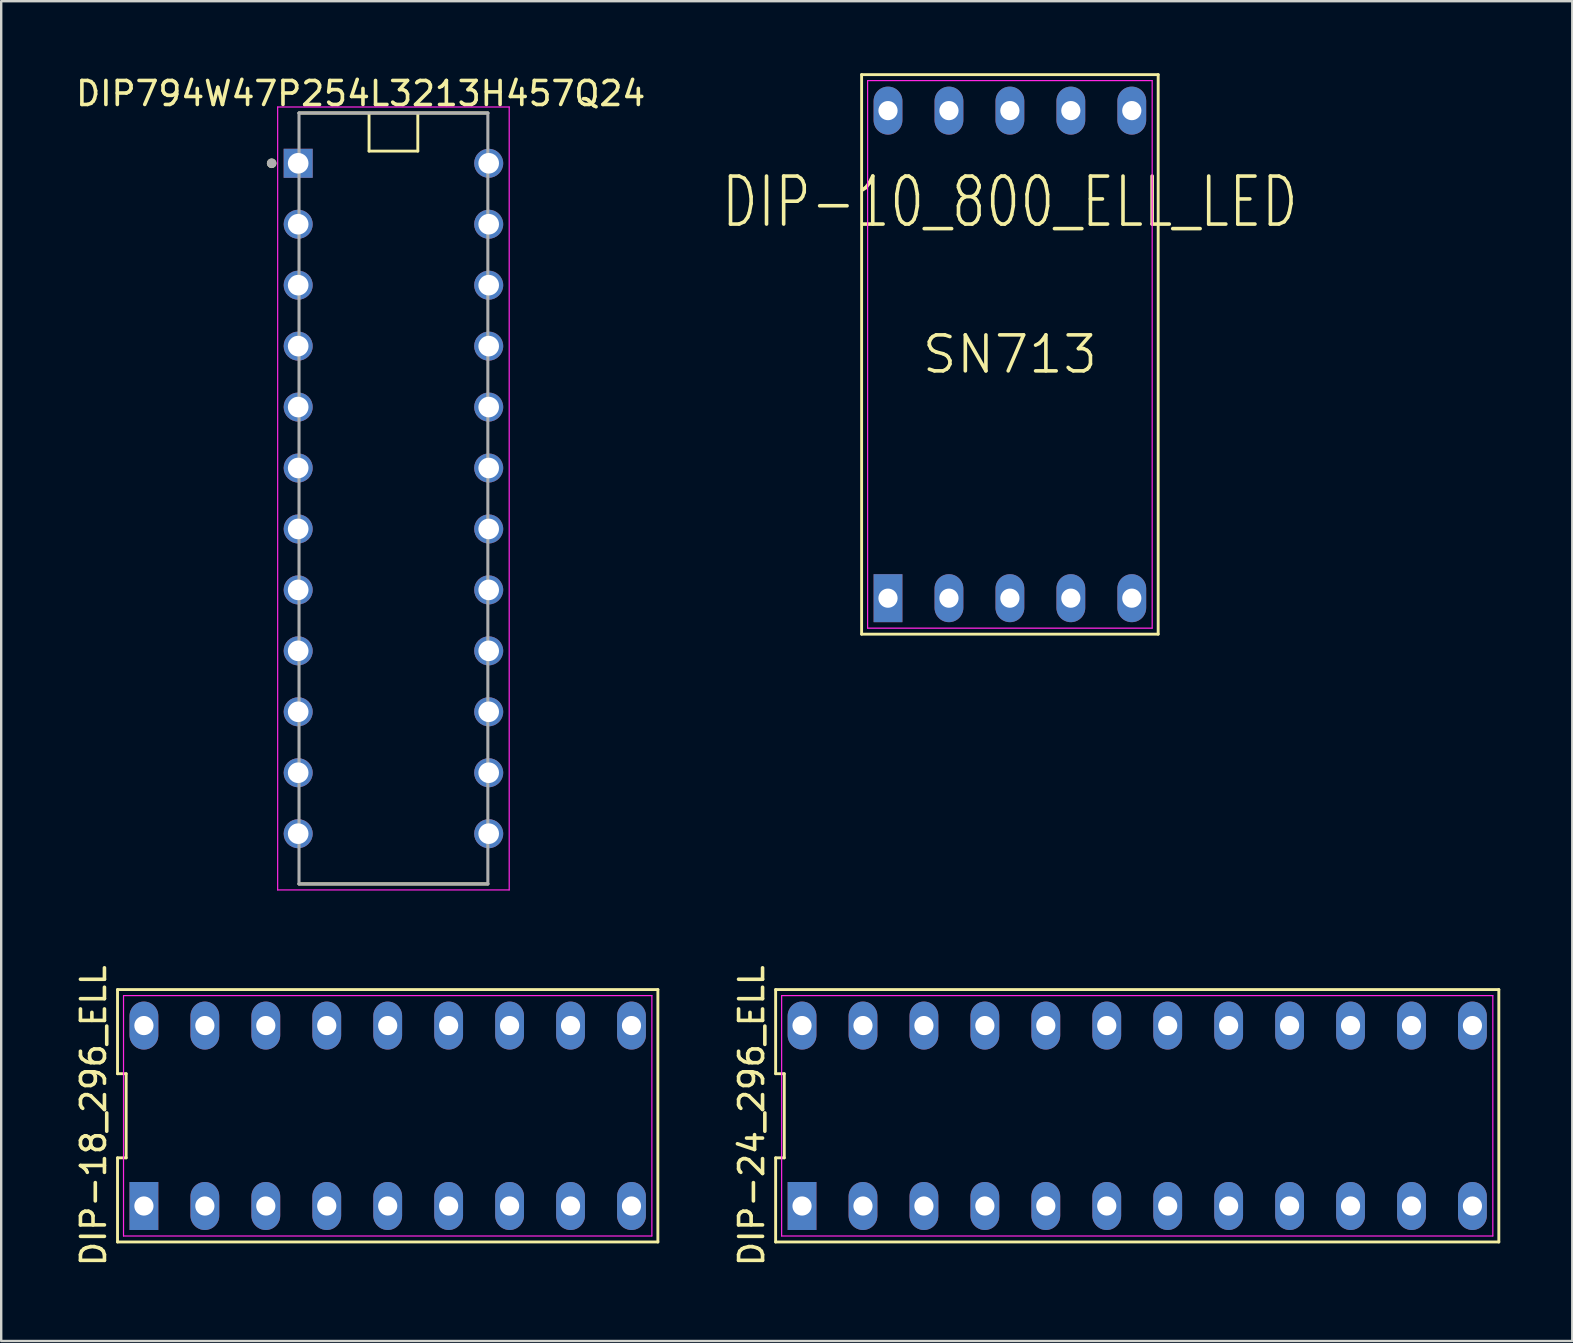
<source format=kicad_pcb>
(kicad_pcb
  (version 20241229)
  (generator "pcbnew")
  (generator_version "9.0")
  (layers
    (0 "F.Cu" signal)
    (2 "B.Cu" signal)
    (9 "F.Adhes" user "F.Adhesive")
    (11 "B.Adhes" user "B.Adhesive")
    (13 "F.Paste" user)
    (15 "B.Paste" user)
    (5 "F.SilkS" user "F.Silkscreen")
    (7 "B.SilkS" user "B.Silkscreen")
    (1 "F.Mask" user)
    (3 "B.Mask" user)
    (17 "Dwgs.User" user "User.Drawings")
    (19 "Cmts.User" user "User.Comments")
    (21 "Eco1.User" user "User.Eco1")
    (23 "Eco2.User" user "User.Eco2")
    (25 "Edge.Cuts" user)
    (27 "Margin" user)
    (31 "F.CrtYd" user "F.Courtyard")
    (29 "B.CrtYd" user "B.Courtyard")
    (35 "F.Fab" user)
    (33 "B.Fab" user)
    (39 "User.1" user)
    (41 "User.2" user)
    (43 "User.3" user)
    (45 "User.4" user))
  (footprint "DIP-18_296_ELL"
    (layer "F.Cu")
    (at 13.108 43.452)
    (property "Reference" "DIP-18_296_ELL" (at -12.26 0 90) (layer "F.SilkS") (effects (font (size 1 1) (thickness 0.15))))
    (attr through_hole)
    (fp_line (start -11.26 -5.26) (end -11.26 -1.753) (stroke (width 0.12) (type solid)) (layer "F.SilkS"))
    (fp_line (start -11.26 -1.753) (end -10.9 -1.753) (stroke (width 0.12) (type solid)) (layer "F.SilkS"))
    (fp_line (start -11.26 1.753) (end -11.26 5.26) (stroke (width 0.12) (type solid)) (layer "F.SilkS"))
    (fp_line (start -11.26 5.26) (end 11.26 5.26) (stroke (width 0.12) (type solid)) (layer "F.SilkS"))
    (fp_line (start -10.9 -1.753) (end -10.9 1.753) (stroke (width 0.12) (type solid)) (layer "F.SilkS"))
    (fp_line (start -10.9 1.753) (end -11.26 1.753) (stroke (width 0.12) (type solid)) (layer "F.SilkS"))
    (fp_line (start 11.26 -5.26) (end -11.26 -5.26) (stroke (width 0.12) (type solid)) (layer "F.SilkS"))
    (fp_line (start 11.26 5.26) (end 11.26 -5.26) (stroke (width 0.12) (type solid)) (layer "F.SilkS"))
    (fp_line (start -11.01 -5.01) (end 11.01 -5.01) (stroke (width 0.05) (type solid)) (layer "F.CrtYd"))
    (fp_line (start -11.01 5.01) (end -11.01 -5.01) (stroke (width 0.05) (type solid)) (layer "F.CrtYd"))
    (fp_line (start 11.01 -5.01) (end 11.01 5.01) (stroke (width 0.05) (type solid)) (layer "F.CrtYd"))
    (fp_line (start 11.01 5.01) (end -11.01 5.01) (stroke (width 0.05) (type solid)) (layer "F.CrtYd"))
    (pad "1" thru_hole rect (at -10.16 3.76) (size 1.2 2) (drill 0.8) (layers "*.Cu" "*.Mask"))
    (pad "2" thru_hole oval (at -7.62 3.76) (size 1.2 2) (drill 0.8) (layers "*.Cu" "*.Mask"))
    (pad "3" thru_hole oval (at -5.08 3.76) (size 1.2 2) (drill 0.8) (layers "*.Cu" "*.Mask"))
    (pad "4" thru_hole oval (at -2.54 3.76) (size 1.2 2) (drill 0.8) (layers "*.Cu" "*.Mask"))
    (pad "5" thru_hole oval (at 0 3.76) (size 1.2 2) (drill 0.8) (layers "*.Cu" "*.Mask"))
    (pad "6" thru_hole oval (at 2.54 3.76) (size 1.2 2) (drill 0.8) (layers "*.Cu" "*.Mask"))
    (pad "7" thru_hole oval (at 5.08 3.76) (size 1.2 2) (drill 0.8) (layers "*.Cu" "*.Mask"))
    (pad "8" thru_hole oval (at 7.62 3.76) (size 1.2 2) (drill 0.8) (layers "*.Cu" "*.Mask"))
    (pad "9" thru_hole oval (at 10.16 3.76) (size 1.2 2) (drill 0.8) (layers "*.Cu" "*.Mask"))
    (pad "10" thru_hole oval (at 10.16 -3.76) (size 1.2 2) (drill 0.8) (layers "*.Cu" "*.Mask"))
    (pad "11" thru_hole oval (at 7.62 -3.76) (size 1.2 2) (drill 0.8) (layers "*.Cu" "*.Mask"))
    (pad "12" thru_hole oval (at 5.08 -3.76) (size 1.2 2) (drill 0.8) (layers "*.Cu" "*.Mask"))
    (pad "13" thru_hole oval (at 2.54 -3.76) (size 1.2 2) (drill 0.8) (layers "*.Cu" "*.Mask"))
    (pad "14" thru_hole oval (at 0 -3.76) (size 1.2 2) (drill 0.8) (layers "*.Cu" "*.Mask"))
    (pad "15" thru_hole oval (at -2.54 -3.76) (size 1.2 2) (drill 0.8) (layers "*.Cu" "*.Mask"))
    (pad "16" thru_hole oval (at -5.08 -3.76) (size 1.2 2) (drill 0.8) (layers "*.Cu" "*.Mask"))
    (pad "17" thru_hole oval (at -7.62 -3.76) (size 1.2 2) (drill 0.8) (layers "*.Cu" "*.Mask"))
    (pad "18" thru_hole oval (at -10.16 -3.76) (size 1.2 2) (drill 0.8) (layers "*.Cu" "*.Mask")))
  (footprint "DIP-24_296_ELL"
    (layer "F.Cu")
    (at 44.346 43.452)
    (property "Reference" "DIP-24_296_ELL" (at -16.07 0 90) (layer "F.SilkS") (effects (font (size 1 1) (thickness 0.15))))
    (attr through_hole)
    (fp_line (start -15.07 -5.26) (end -15.07 -1.753) (stroke (width 0.12) (type solid)) (layer "F.SilkS"))
    (fp_line (start -15.07 -1.753) (end -14.71 -1.753) (stroke (width 0.12) (type solid)) (layer "F.SilkS"))
    (fp_line (start -15.07 1.753) (end -15.07 5.26) (stroke (width 0.12) (type solid)) (layer "F.SilkS"))
    (fp_line (start -15.07 5.26) (end 15.07 5.26) (stroke (width 0.12) (type solid)) (layer "F.SilkS"))
    (fp_line (start -14.71 -1.753) (end -14.71 1.753) (stroke (width 0.12) (type solid)) (layer "F.SilkS"))
    (fp_line (start -14.71 1.753) (end -15.07 1.753) (stroke (width 0.12) (type solid)) (layer "F.SilkS"))
    (fp_line (start 15.07 -5.26) (end -15.07 -5.26) (stroke (width 0.12) (type solid)) (layer "F.SilkS"))
    (fp_line (start 15.07 5.26) (end 15.07 -5.26) (stroke (width 0.12) (type solid)) (layer "F.SilkS"))
    (fp_line (start -14.82 -5.01) (end 14.82 -5.01) (stroke (width 0.05) (type solid)) (layer "F.CrtYd"))
    (fp_line (start -14.82 5.01) (end -14.82 -5.01) (stroke (width 0.05) (type solid)) (layer "F.CrtYd"))
    (fp_line (start 14.82 -5.01) (end 14.82 5.01) (stroke (width 0.05) (type solid)) (layer "F.CrtYd"))
    (fp_line (start 14.82 5.01) (end -14.82 5.01) (stroke (width 0.05) (type solid)) (layer "F.CrtYd"))
    (pad "1" thru_hole rect (at -13.97 3.76) (size 1.2 2) (drill 0.8) (layers "*.Cu" "*.Mask"))
    (pad "2" thru_hole oval (at -11.43 3.76) (size 1.2 2) (drill 0.8) (layers "*.Cu" "*.Mask"))
    (pad "3" thru_hole oval (at -8.89 3.76) (size 1.2 2) (drill 0.8) (layers "*.Cu" "*.Mask"))
    (pad "4" thru_hole oval (at -6.35 3.76) (size 1.2 2) (drill 0.8) (layers "*.Cu" "*.Mask"))
    (pad "5" thru_hole oval (at -3.81 3.76) (size 1.2 2) (drill 0.8) (layers "*.Cu" "*.Mask"))
    (pad "6" thru_hole oval (at -1.27 3.76) (size 1.2 2) (drill 0.8) (layers "*.Cu" "*.Mask"))
    (pad "7" thru_hole oval (at 1.27 3.76) (size 1.2 2) (drill 0.8) (layers "*.Cu" "*.Mask"))
    (pad "8" thru_hole oval (at 3.81 3.76) (size 1.2 2) (drill 0.8) (layers "*.Cu" "*.Mask"))
    (pad "9" thru_hole oval (at 6.35 3.76) (size 1.2 2) (drill 0.8) (layers "*.Cu" "*.Mask"))
    (pad "10" thru_hole oval (at 8.89 3.76) (size 1.2 2) (drill 0.8) (layers "*.Cu" "*.Mask"))
    (pad "11" thru_hole oval (at 11.43 3.76) (size 1.2 2) (drill 0.8) (layers "*.Cu" "*.Mask"))
    (pad "12" thru_hole oval (at 13.97 3.76) (size 1.2 2) (drill 0.8) (layers "*.Cu" "*.Mask"))
    (pad "13" thru_hole oval (at 13.97 -3.76) (size 1.2 2) (drill 0.8) (layers "*.Cu" "*.Mask"))
    (pad "14" thru_hole oval (at 11.43 -3.76) (size 1.2 2) (drill 0.8) (layers "*.Cu" "*.Mask"))
    (pad "15" thru_hole oval (at 8.89 -3.76) (size 1.2 2) (drill 0.8) (layers "*.Cu" "*.Mask"))
    (pad "16" thru_hole oval (at 6.35 -3.76) (size 1.2 2) (drill 0.8) (layers "*.Cu" "*.Mask"))
    (pad "17" thru_hole oval (at 3.81 -3.76) (size 1.2 2) (drill 0.8) (layers "*.Cu" "*.Mask"))
    (pad "18" thru_hole oval (at 1.27 -3.76) (size 1.2 2) (drill 0.8) (layers "*.Cu" "*.Mask"))
    (pad "19" thru_hole oval (at -1.27 -3.76) (size 1.2 2) (drill 0.8) (layers "*.Cu" "*.Mask"))
    (pad "20" thru_hole oval (at -3.81 -3.76) (size 1.2 2) (drill 0.8) (layers "*.Cu" "*.Mask"))
    (pad "21" thru_hole oval (at -6.35 -3.76) (size 1.2 2) (drill 0.8) (layers "*.Cu" "*.Mask"))
    (pad "22" thru_hole oval (at -8.89 -3.76) (size 1.2 2) (drill 0.8) (layers "*.Cu" "*.Mask"))
    (pad "23" thru_hole oval (at -11.43 -3.76) (size 1.2 2) (drill 0.8) (layers "*.Cu" "*.Mask"))
    (pad "24" thru_hole oval (at -13.97 -3.76) (size 1.2 2) (drill 0.8) (layers "*.Cu" "*.Mask")))
  (footprint "DIP794W47P254L3213H457Q24"
    (layer "F.Cu")
    (at 13.347 17.725)
    (property "Reference" "DIP794W47P254L3213H457Q24" (at -1.365 -16.877 0) (layer "F.SilkS") (effects (font (size 1 1) (thickness 0.15))))
    (attr through_hole)
    (fp_line (start -3.935 -16.065) (end 3.935 -16.065) (stroke (width 0.127) (type solid)) (layer "F.SilkS"))
    (fp_line (start -3.935 16.065) (end 3.935 16.065) (stroke (width 0.127) (type solid)) (layer "F.SilkS"))
    (fp_line (start -1.016 -16.002) (end -1.016 -14.478) (stroke (width 0.12) (type solid)) (layer "F.SilkS"))
    (fp_line (start -1.016 -14.478) (end 1.016 -14.478) (stroke (width 0.12) (type solid)) (layer "F.SilkS"))
    (fp_line (start 1.016 -14.478) (end 1.016 -16.002) (stroke (width 0.12) (type solid)) (layer "F.SilkS"))
    (fp_circle (center -5.075 -13.97) (end -4.975 -13.97) (stroke (width 0.2) (type solid)) (fill no) (layer "F.SilkS"))
    (fp_line (start -4.825 -16.315) (end -4.825 16.315) (stroke (width 0.05) (type solid)) (layer "F.CrtYd"))
    (fp_line (start 4.825 -16.315) (end -4.825 -16.315) (stroke (width 0.05) (type solid)) (layer "F.CrtYd"))
    (fp_line (start 4.825 -16.315) (end 4.825 16.315) (stroke (width 0.05) (type solid)) (layer "F.CrtYd"))
    (fp_line (start 4.825 16.315) (end -4.825 16.315) (stroke (width 0.05) (type solid)) (layer "F.CrtYd"))
    (fp_line (start -3.935 -16.065) (end -3.935 16.065) (stroke (width 0.127) (type solid)) (layer "F.Fab"))
    (fp_line (start -3.935 -16.065) (end 3.935 -16.065) (stroke (width 0.127) (type solid)) (layer "F.Fab"))
    (fp_line (start -3.935 16.065) (end 3.935 16.065) (stroke (width 0.127) (type solid)) (layer "F.Fab"))
    (fp_line (start 3.935 -16.065) (end 3.935 16.065) (stroke (width 0.127) (type solid)) (layer "F.Fab"))
    (fp_circle (center -5.075 -13.97) (end -4.975 -13.97) (stroke (width 0.2) (type solid)) (fill no) (layer "F.Fab"))
    (pad "1" thru_hole rect (at -3.97 -13.97) (size 1.21 1.21) (drill 0.86) (layers "*.Cu" "*.Mask"))
    (pad "2" thru_hole circle (at -3.97 -11.43) (size 1.21 1.21) (drill 0.86) (layers "*.Cu" "*.Mask"))
    (pad "3" thru_hole circle (at -3.97 -8.89) (size 1.21 1.21) (drill 0.86) (layers "*.Cu" "*.Mask"))
    (pad "4" thru_hole circle (at -3.97 -6.35) (size 1.21 1.21) (drill 0.86) (layers "*.Cu" "*.Mask"))
    (pad "5" thru_hole circle (at -3.97 -3.81) (size 1.21 1.21) (drill 0.86) (layers "*.Cu" "*.Mask"))
    (pad "6" thru_hole circle (at -3.97 -1.27) (size 1.21 1.21) (drill 0.86) (layers "*.Cu" "*.Mask"))
    (pad "7" thru_hole circle (at -3.97 1.27) (size 1.21 1.21) (drill 0.86) (layers "*.Cu" "*.Mask"))
    (pad "8" thru_hole circle (at -3.97 3.81) (size 1.21 1.21) (drill 0.86) (layers "*.Cu" "*.Mask"))
    (pad "9" thru_hole circle (at -3.97 6.35) (size 1.21 1.21) (drill 0.86) (layers "*.Cu" "*.Mask"))
    (pad "10" thru_hole circle (at -3.97 8.89) (size 1.21 1.21) (drill 0.86) (layers "*.Cu" "*.Mask"))
    (pad "11" thru_hole circle (at -3.97 11.43) (size 1.21 1.21) (drill 0.86) (layers "*.Cu" "*.Mask"))
    (pad "12" thru_hole circle (at -3.97 13.97) (size 1.21 1.21) (drill 0.86) (layers "*.Cu" "*.Mask"))
    (pad "13" thru_hole circle (at 3.97 13.97) (size 1.21 1.21) (drill 0.86) (layers "*.Cu" "*.Mask"))
    (pad "14" thru_hole circle (at 3.97 11.43) (size 1.21 1.21) (drill 0.86) (layers "*.Cu" "*.Mask"))
    (pad "15" thru_hole circle (at 3.97 8.89) (size 1.21 1.21) (drill 0.86) (layers "*.Cu" "*.Mask"))
    (pad "16" thru_hole circle (at 3.97 6.35) (size 1.21 1.21) (drill 0.86) (layers "*.Cu" "*.Mask"))
    (pad "17" thru_hole circle (at 3.97 3.81) (size 1.21 1.21) (drill 0.86) (layers "*.Cu" "*.Mask"))
    (pad "18" thru_hole circle (at 3.97 1.27) (size 1.21 1.21) (drill 0.86) (layers "*.Cu" "*.Mask"))
    (pad "19" thru_hole circle (at 3.97 -1.27) (size 1.21 1.21) (drill 0.86) (layers "*.Cu" "*.Mask"))
    (pad "20" thru_hole circle (at 3.97 -3.81) (size 1.21 1.21) (drill 0.86) (layers "*.Cu" "*.Mask"))
    (pad "21" thru_hole circle (at 3.97 -6.35) (size 1.21 1.21) (drill 0.86) (layers "*.Cu" "*.Mask"))
    (pad "22" thru_hole circle (at 3.97 -8.89) (size 1.21 1.21) (drill 0.86) (layers "*.Cu" "*.Mask"))
    (pad "23" thru_hole circle (at 3.97 -11.43) (size 1.21 1.21) (drill 0.86) (layers "*.Cu" "*.Mask"))
    (pad "24" thru_hole circle (at 3.97 -13.97) (size 1.21 1.21) (drill 0.86) (layers "*.Cu" "*.Mask")))
  (footprint "DIP-10_800_ELL_LED"
    (layer "F.Cu")
    (at 39.039 11.72)
    (property "Reference" "DIP-10_800_ELL_LED" (at 0 -6.35 0) (layer "F.SilkS") (effects (font (size 2 1.5) (thickness 0.15))))
    (attr through_hole)
    (fp_line (start -6.18 11.66) (end 6.18 11.66) (stroke (width 0.12) (type solid)) (layer "F.SilkS"))
    (fp_line (start -6.18 -11.66) (end -6.18 11.66) (stroke (width 0.12) (type solid)) (layer "F.SilkS"))
    (fp_line (start 6.18 11.66) (end 6.18 -11.66) (stroke (width 0.12) (type solid)) (layer "F.SilkS"))
    (fp_line (start 6.18 -11.66) (end -6.18 -11.66) (stroke (width 0.12) (type solid)) (layer "F.SilkS"))
    (fp_line (start -5.93 -11.41) (end 5.93 -11.41) (stroke (width 0.05) (type solid)) (layer "F.CrtYd"))
    (fp_line (start -5.93 11.41) (end -5.93 -11.41) (stroke (width 0.05) (type solid)) (layer "F.CrtYd"))
    (fp_line (start 5.93 -11.41) (end 5.93 11.41) (stroke (width 0.05) (type solid)) (layer "F.CrtYd"))
    (fp_line (start 5.93 11.41) (end -5.93 11.41) (stroke (width 0.05) (type solid)) (layer "F.CrtYd"))
    (fp_text user "SN713" (at 0 0 0) (layer "F.SilkS") (effects (font (size 1.5 1.5) (thickness 0.15))))
    (pad "1" thru_hole rect (at -5.08 10.16) (size 1.2 2) (drill 0.8) (layers "*.Cu" "*.Mask"))
    (pad "2" thru_hole oval (at -2.54 10.16) (size 1.2 2) (drill 0.8) (layers "*.Cu" "*.Mask"))
    (pad "3" thru_hole oval (at 0 10.16) (size 1.2 2) (drill 0.8) (layers "*.Cu" "*.Mask"))
    (pad "4" thru_hole oval (at 2.54 10.16) (size 1.2 2) (drill 0.8) (layers "*.Cu" "*.Mask"))
    (pad "5" thru_hole oval (at 5.08 10.16) (size 1.2 2) (drill 0.8) (layers "*.Cu" "*.Mask"))
    (pad "6" thru_hole oval (at 5.08 -10.16) (size 1.2 2) (drill 0.8) (layers "*.Cu" "*.Mask"))
    (pad "7" thru_hole oval (at 2.54 -10.16) (size 1.2 2) (drill 0.8) (layers "*.Cu" "*.Mask"))
    (pad "8" thru_hole oval (at 0 -10.16) (size 1.2 2) (drill 0.8) (layers "*.Cu" "*.Mask"))
    (pad "9" thru_hole oval (at -2.54 -10.16) (size 1.2 2) (drill 0.8) (layers "*.Cu" "*.Mask"))
    (pad "10" thru_hole oval (at -5.08 -10.16) (size 1.2 2) (drill 0.8) (layers "*.Cu" "*.Mask")))
  (gr_rect
    (start -3 -3)
    (end 62.477 52.839)
    (stroke (width 0.1) (type default))
    (fill no)
    (layer "Edge.Cuts")))
</source>
